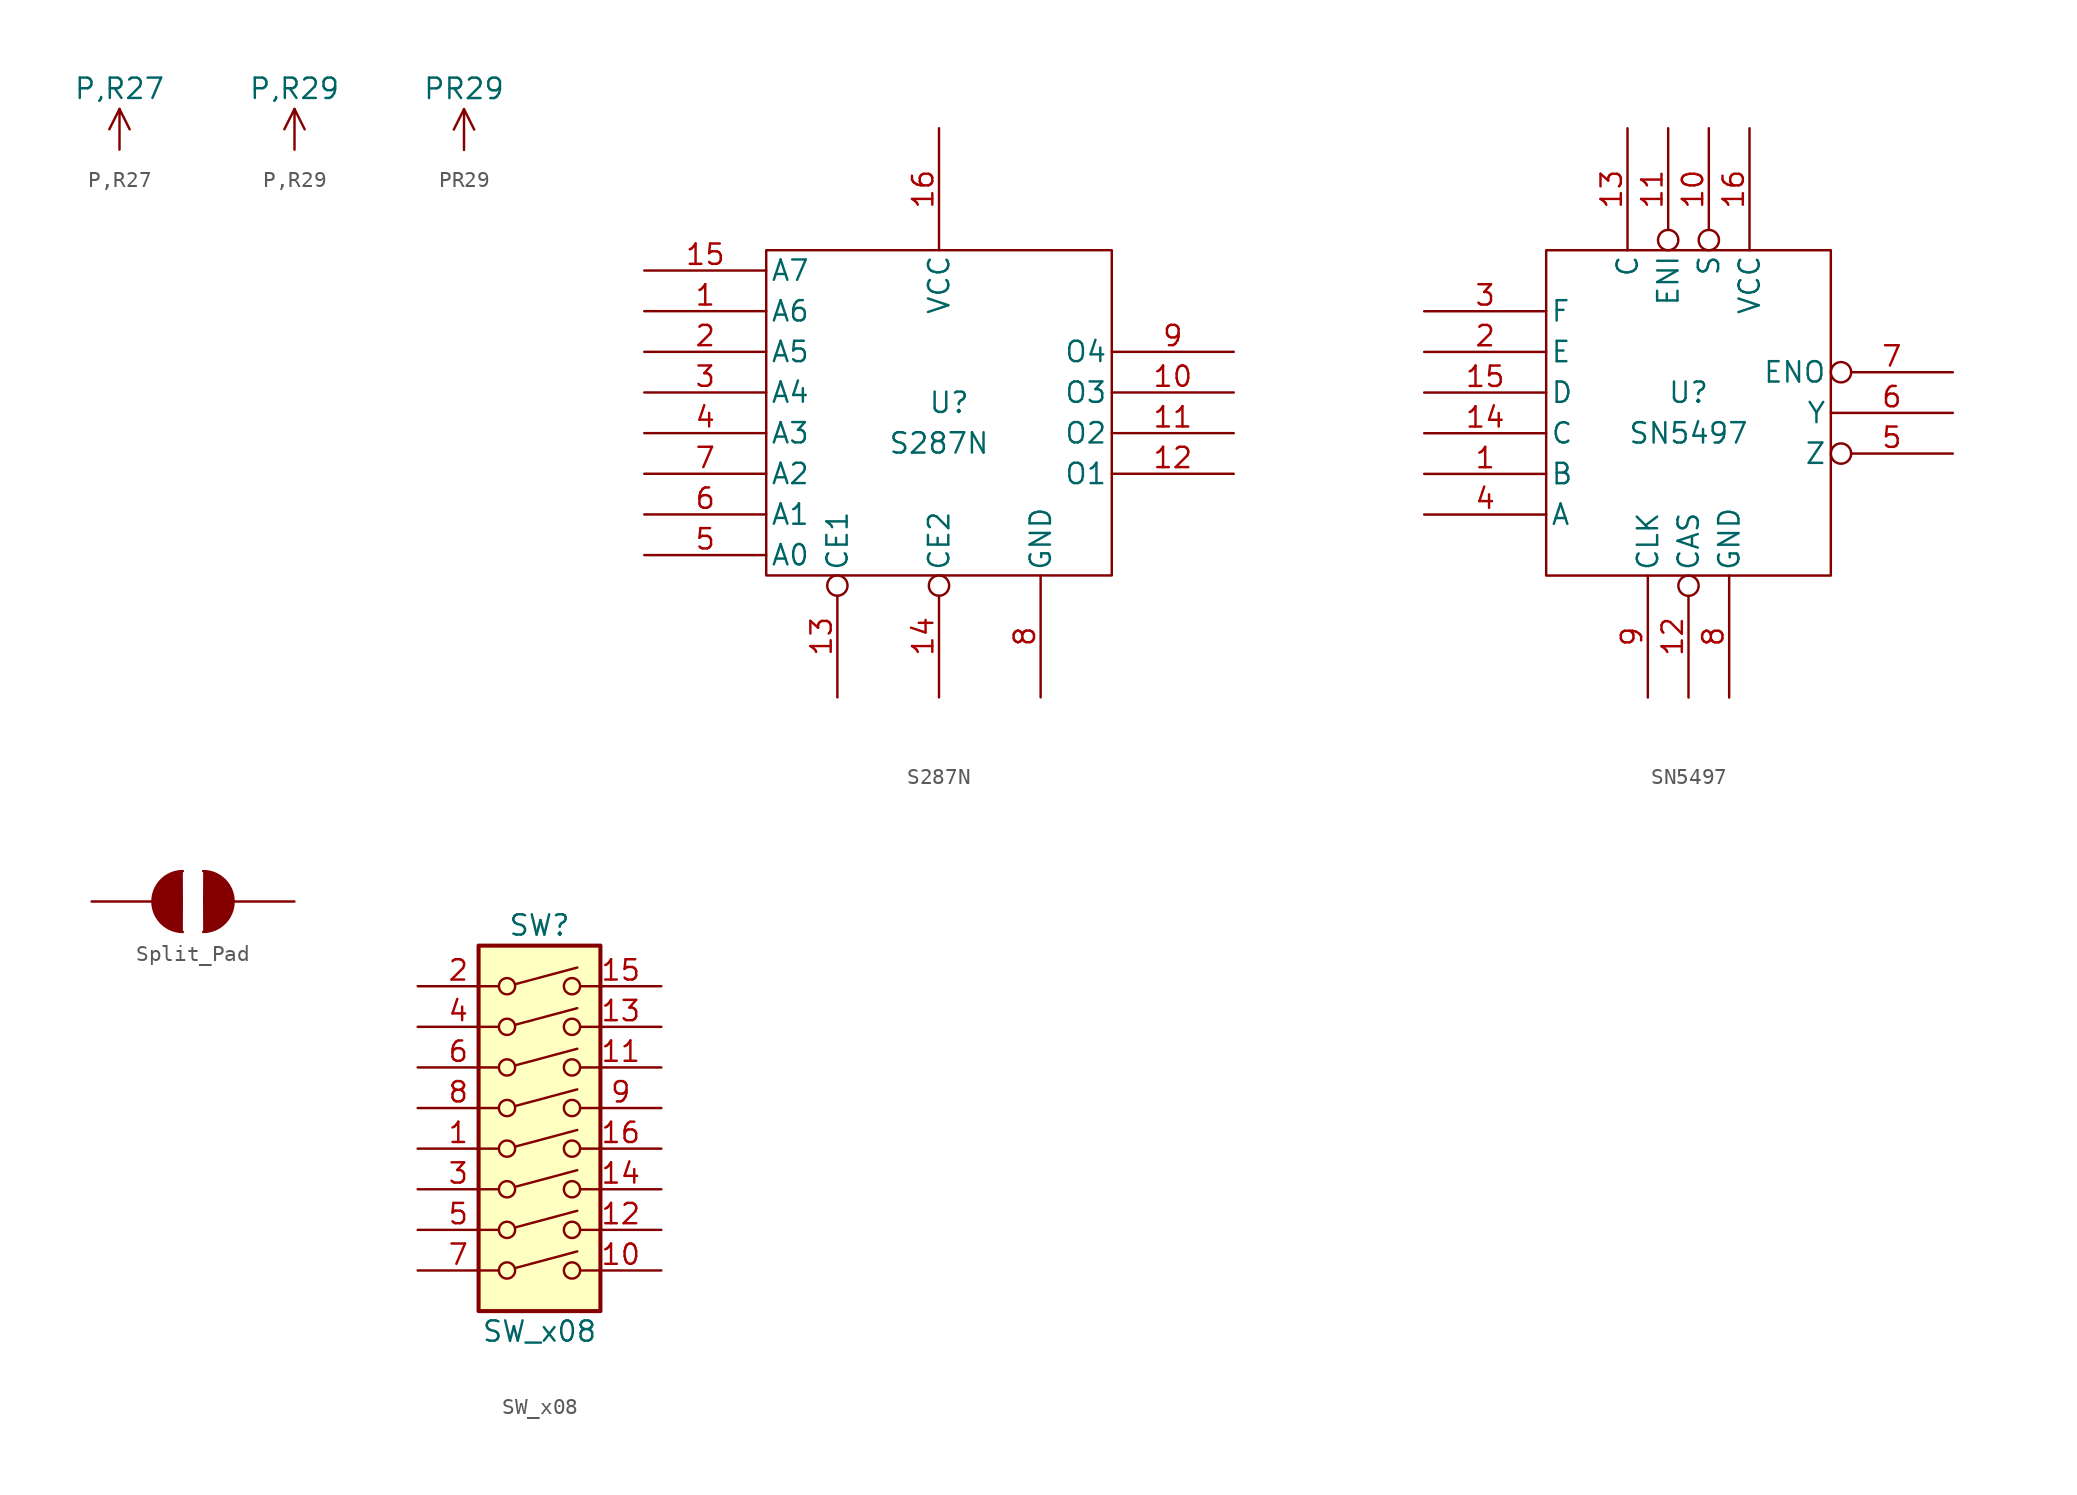
<source format=kicad_sym>
(kicad_symbol_lib
  (version 20211014)
  (generator kicad_symbol_editor)
  (symbol "P,R27"
    (power)
    (pin_names
      (offset 0))
    (property "Reference" "#PWR"
      (at 0 -1.27 0)
      (effects (font (size 1.27 1.27)) hide))
    (property "Value" "P,R27"
      (at 0 3.81 0)
      (effects (font (size 1.27 1.27))))
    (symbol "P,R27_0_1"
      (polyline (pts (xy 0 2.54) (xy -0.635 1.27)) (stroke (width 0) (type default) (color 0 0 0 0)) (fill (type none)))
      (polyline (pts (xy 0 0) (xy 0 2.54) (xy 0.635 1.27)) (stroke (width 0) (type default) (color 0 0 0 0)) (fill (type none))))
    (symbol "P,R27_1_1"
      (pin power_out line (at 0 0 90) (length 0) hide (name "P,R27" (effects (font (size 1.27 1.27)))) (number "1" (effects (font (size 1.27 1.27)))))))
  (symbol "P,R29"
    (power)
    (pin_names
      (offset 0))
    (property "Reference" "#PWR"
      (at 0 -1.27 0)
      (effects (font (size 1.27 1.27)) hide))
    (property "Value" "P,R29"
      (at 0 3.81 0)
      (effects (font (size 1.27 1.27))))
    (symbol "P,R29_0_1"
      (polyline (pts (xy 0 2.54) (xy -0.635 1.27)) (stroke (width 0) (type default) (color 0 0 0 0)) (fill (type none)))
      (polyline (pts (xy 0 0) (xy 0 2.54) (xy 0.635 1.27)) (stroke (width 0) (type default) (color 0 0 0 0)) (fill (type none))))
    (symbol "P,R29_1_1"
      (pin power_out line (at 0 0 90) (length 0) hide (name "P,R29" (effects (font (size 1.27 1.27)))) (number "1" (effects (font (size 1.27 1.27)))))))
  (symbol "PR29"
    (power)
    (pin_names
      (offset 0))
    (property "Reference" "#PWR"
      (at 0 -1.27 0)
      (effects (font (size 1.27 1.27)) hide))
    (property "Value" "PR29"
      (at 0 3.81 0)
      (effects (font (size 1.27 1.27))))
    (symbol "PR29_0_1"
      (polyline (pts (xy 0 2.54) (xy -0.635 1.27)) (stroke (width 0) (type default) (color 0 0 0 0)) (fill (type none)))
      (polyline (pts (xy 0 0) (xy 0 2.54) (xy 0.635 1.27)) (stroke (width 0) (type default) (color 0 0 0 0)) (fill (type none))))
    (symbol "PR29_1_1"
      (pin power_out line (at 0 0 90) (length 0) hide (name "P,R29" (effects (font (size 1.27 1.27)))) (number "1" (effects (font (size 1.27 1.27)))))))
  (symbol "S287N"
    (pin_names
      (offset 0.254))
    (property "Reference" "U"
      (at 0.635 1.27 0)
      (effects (font (size 1.27 1.27))))
    (property "Value" "S287N"
      (at 0 -1.27 0)
      (effects (font (size 1.27 1.27))))
    (symbol "S287N_0_0"
      (pin power_in line (at 6.35 -17.145 90) (length 7.62) (name "GND" (effects (font (size 1.27 1.27)))) (number "8" (effects (font (size 1.27 1.27))))))
    (symbol "S287N_0_1"
      (rectangle (start -10.795 10.795) (end 10.795 -9.525) (stroke (width 0) (type default) (color 0 0 0 0)) (fill (type none))))
    (symbol "S287N_1_0"
      (pin power_in line (at 0 18.415 270) (length 7.62) (name "VCC" (effects (font (size 1.27 1.27)))) (number "16" (effects (font (size 1.27 1.27))))))
    (symbol "S287N_1_1"
      (pin input line (at -18.415 6.985 0) (length 7.62) (name "A6" (effects (font (size 1.27 1.27)))) (number "1" (effects (font (size 1.27 1.27)))))
      (pin output line (at 18.415 1.905 180) (length 7.62) (name "O3" (effects (font (size 1.27 1.27)))) (number "10" (effects (font (size 1.27 1.27)))))
      (pin output line (at 18.415 -0.635 180) (length 7.62) (name "O2" (effects (font (size 1.27 1.27)))) (number "11" (effects (font (size 1.27 1.27)))))
      (pin output line (at 18.415 -3.175 180) (length 7.62) (name "O1" (effects (font (size 1.27 1.27)))) (number "12" (effects (font (size 1.27 1.27)))))
      (pin input inverted (at -6.35 -17.145 90) (length 7.62) (name "CE1" (effects (font (size 1.27 1.27)))) (number "13" (effects (font (size 1.27 1.27)))))
      (pin input inverted (at 0 -17.145 90) (length 7.62) (name "CE2" (effects (font (size 1.27 1.27)))) (number "14" (effects (font (size 1.27 1.27)))))
      (pin input line (at -18.415 9.525 0) (length 7.62) (name "A7" (effects (font (size 1.27 1.27)))) (number "15" (effects (font (size 1.27 1.27)))))
      (pin input line (at -18.415 4.445 0) (length 7.62) (name "A5" (effects (font (size 1.27 1.27)))) (number "2" (effects (font (size 1.27 1.27)))))
      (pin input line (at -18.415 1.905 0) (length 7.62) (name "A4" (effects (font (size 1.27 1.27)))) (number "3" (effects (font (size 1.27 1.27)))))
      (pin input line (at -18.415 -0.635 0) (length 7.62) (name "A3" (effects (font (size 1.27 1.27)))) (number "4" (effects (font (size 1.27 1.27)))))
      (pin input line (at -18.415 -8.255 0) (length 7.62) (name "A0" (effects (font (size 1.27 1.27)))) (number "5" (effects (font (size 1.27 1.27)))))
      (pin input line (at -18.415 -5.715 0) (length 7.62) (name "A1" (effects (font (size 1.27 1.27)))) (number "6" (effects (font (size 1.27 1.27)))))
      (pin input line (at -18.415 -3.175 0) (length 7.62) (name "A2" (effects (font (size 1.27 1.27)))) (number "7" (effects (font (size 1.27 1.27)))))
      (pin output line (at 18.415 4.445 180) (length 7.62) (name "O4" (effects (font (size 1.27 1.27)))) (number "9" (effects (font (size 1.27 1.27)))))))
  (symbol "SN5497"
    (pin_names
      (offset 0.254))
    (property "Reference" "U"
      (at 0 1.27 0)
      (effects (font (size 1.27 1.27))))
    (property "Value" "SN5497"
      (at 0 -1.27 0)
      (effects (font (size 1.27 1.27))))
    (symbol "SN5497_0_0"
      (pin power_in line (at 2.54 -17.78 90) (length 7.62) (name "GND" (effects (font (size 1.27 1.27)))) (number "8" (effects (font (size 1.27 1.27))))))
    (symbol "SN5497_0_1"
      (rectangle (start -8.89 10.16) (end 8.89 -10.16) (stroke (width 0) (type default) (color 0 0 0 0)) (fill (type none))))
    (symbol "SN5497_1_0"
      (pin power_in line (at 3.81 17.78 270) (length 7.62) (name "VCC" (effects (font (size 1.27 1.27)))) (number "16" (effects (font (size 1.27 1.27))))))
    (symbol "SN5497_1_1"
      (pin input line (at -16.51 -3.81 0) (length 7.62) (name "B" (effects (font (size 1.27 1.27)))) (number "1" (effects (font (size 1.27 1.27)))))
      (pin input inverted (at 1.27 17.78 270) (length 7.62) (name "S" (effects (font (size 1.27 1.27)))) (number "10" (effects (font (size 1.27 1.27)))))
      (pin input inverted (at -1.27 17.78 270) (length 7.62) (name "ENI" (effects (font (size 1.27 1.27)))) (number "11" (effects (font (size 1.27 1.27)))))
      (pin input inverted (at 0 -17.78 90) (length 7.62) (name "CAS" (effects (font (size 1.27 1.27)))) (number "12" (effects (font (size 1.27 1.27)))))
      (pin input line (at -3.81 17.78 270) (length 7.62) (name "C" (effects (font (size 1.27 1.27)))) (number "13" (effects (font (size 1.27 1.27)))))
      (pin input line (at -16.51 -1.27 0) (length 7.62) (name "C" (effects (font (size 1.27 1.27)))) (number "14" (effects (font (size 1.27 1.27)))))
      (pin input line (at -16.51 1.27 0) (length 7.62) (name "D" (effects (font (size 1.27 1.27)))) (number "15" (effects (font (size 1.27 1.27)))))
      (pin input line (at -16.51 3.81 0) (length 7.62) (name "E" (effects (font (size 1.27 1.27)))) (number "2" (effects (font (size 1.27 1.27)))))
      (pin input line (at -16.51 6.35 0) (length 7.62) (name "F" (effects (font (size 1.27 1.27)))) (number "3" (effects (font (size 1.27 1.27)))))
      (pin input line (at -16.51 -6.35 0) (length 7.62) (name "A" (effects (font (size 1.27 1.27)))) (number "4" (effects (font (size 1.27 1.27)))))
      (pin output inverted (at 16.51 -2.54 180) (length 7.62) (name "Z" (effects (font (size 1.27 1.27)))) (number "5" (effects (font (size 1.27 1.27)))))
      (pin output line (at 16.51 0 180) (length 7.62) (name "Y" (effects (font (size 1.27 1.27)))) (number "6" (effects (font (size 1.27 1.27)))))
      (pin output inverted (at 16.51 2.54 180) (length 7.62) (name "ENO" (effects (font (size 1.27 1.27)))) (number "7" (effects (font (size 1.27 1.27)))))
      (pin input line (at -2.54 -17.78 90) (length 7.62) (name "CLK" (effects (font (size 1.27 1.27)))) (number "9" (effects (font (size 1.27 1.27)))))))
  (symbol "Split_Pad"
    (pin_numbers hide)
    (pin_names
      (offset 0) hide)
    (property "Reference" "PD"
      (at 0.635 3.81 0)
      (effects (font (size 1.524 1.524)) hide))
    (symbol "Split_Pad_0_1"
      (arc (start 0.635 -1.905) (mid 2.54 0) (end 0.635 1.905) (stroke (width 0) (type default) (color 0 0 0 0)) (fill (type outline))))
    (symbol "Split_Pad_1_1"
      (arc (start -0.635 1.905) (mid -2.54 0) (end -0.635 -1.905) (stroke (width 0) (type default) (color 0 0 0 0)) (fill (type outline)))
      (pin passive line (at -6.35 0 0) (length 5.08) (name "~" (effects (font (size 1.27 1.27)))) (number "1" (effects (font (size 1.27 1.27)))))
      (pin passive line (at 6.35 0 180) (length 5.08) (name "~" (effects (font (size 1.27 1.27)))) (number "2" (effects (font (size 1.27 1.27)))))))
  (symbol "SW_x08"
    (pin_names
      (offset 0) hide)
    (property "Reference" "SW"
      (at 0 13.97 0)
      (effects (font (size 1.27 1.27))))
    (property "Value" "SW_x08"
      (at 0 -11.43 0)
      (effects (font (size 1.27 1.27))))
    (symbol "SW_x08_0_0"
      (circle (center -2.032 -7.62) (radius 0.508) (stroke (width 0) (type default) (color 0 0 0 0)) (fill (type none)))
      (circle (center -2.032 -5.08) (radius 0.508) (stroke (width 0) (type default) (color 0 0 0 0)) (fill (type none)))
      (circle (center -2.032 -2.54) (radius 0.508) (stroke (width 0) (type default) (color 0 0 0 0)) (fill (type none)))
      (circle (center -2.032 0) (radius 0.508) (stroke (width 0) (type default) (color 0 0 0 0)) (fill (type none)))
      (circle (center -2.032 2.54) (radius 0.508) (stroke (width 0) (type default) (color 0 0 0 0)) (fill (type none)))
      (circle (center -2.032 5.08) (radius 0.508) (stroke (width 0) (type default) (color 0 0 0 0)) (fill (type none)))
      (circle (center -2.032 7.62) (radius 0.508) (stroke (width 0) (type default) (color 0 0 0 0)) (fill (type none)))
      (circle (center -2.032 10.16) (radius 0.508) (stroke (width 0) (type default) (color 0 0 0 0)) (fill (type none)))
      (polyline (pts (xy -1.524 -7.468) (xy 2.362 -6.426)) (stroke (width 0) (type default) (color 0 0 0 0)) (fill (type none)))
      (polyline (pts (xy -1.524 -4.928) (xy 2.362 -3.886)) (stroke (width 0) (type default) (color 0 0 0 0)) (fill (type none)))
      (polyline (pts (xy -1.524 -2.388) (xy 2.362 -1.346)) (stroke (width 0) (type default) (color 0 0 0 0)) (fill (type none)))
      (polyline (pts (xy -1.524 0.127) (xy 2.362 1.168)) (stroke (width 0) (type default) (color 0 0 0 0)) (fill (type none)))
      (polyline (pts (xy -1.524 2.667) (xy 2.362 3.708)) (stroke (width 0) (type default) (color 0 0 0 0)) (fill (type none)))
      (polyline (pts (xy -1.524 5.207) (xy 2.362 6.248)) (stroke (width 0) (type default) (color 0 0 0 0)) (fill (type none)))
      (polyline (pts (xy -1.524 7.747) (xy 2.362 8.788)) (stroke (width 0) (type default) (color 0 0 0 0)) (fill (type none)))
      (polyline (pts (xy -1.524 10.287) (xy 2.362 11.328)) (stroke (width 0) (type default) (color 0 0 0 0)) (fill (type none)))
      (circle (center 2.032 -7.62) (radius 0.508) (stroke (width 0) (type default) (color 0 0 0 0)) (fill (type none)))
      (circle (center 2.032 -5.08) (radius 0.508) (stroke (width 0) (type default) (color 0 0 0 0)) (fill (type none)))
      (circle (center 2.032 -2.54) (radius 0.508) (stroke (width 0) (type default) (color 0 0 0 0)) (fill (type none)))
      (circle (center 2.032 0) (radius 0.508) (stroke (width 0) (type default) (color 0 0 0 0)) (fill (type none)))
      (circle (center 2.032 2.54) (radius 0.508) (stroke (width 0) (type default) (color 0 0 0 0)) (fill (type none)))
      (circle (center 2.032 5.08) (radius 0.508) (stroke (width 0) (type default) (color 0 0 0 0)) (fill (type none)))
      (circle (center 2.032 7.62) (radius 0.508) (stroke (width 0) (type default) (color 0 0 0 0)) (fill (type none)))
      (circle (center 2.032 10.16) (radius 0.508) (stroke (width 0) (type default) (color 0 0 0 0)) (fill (type none))))
    (symbol "SW_x08_0_1"
      (rectangle (start -3.81 12.7) (end 3.81 -10.16) (stroke (width 0.254) (type default) (color 0 0 0 0)) (fill (type background))))
    (symbol "SW_x08_1_1"
      (pin passive line (at -7.62 0 0) (length 5.08) (name "~" (effects (font (size 1.27 1.27)))) (number "1" (effects (font (size 1.27 1.27)))))
      (pin passive line (at 7.62 -7.62 180) (length 5.08) (name "~" (effects (font (size 1.27 1.27)))) (number "10" (effects (font (size 1.27 1.27)))))
      (pin passive line (at 7.62 5.08 180) (length 5.08) (name "~" (effects (font (size 1.27 1.27)))) (number "11" (effects (font (size 1.27 1.27)))))
      (pin passive line (at 7.62 -5.08 180) (length 5.08) (name "~" (effects (font (size 1.27 1.27)))) (number "12" (effects (font (size 1.27 1.27)))))
      (pin passive line (at 7.62 7.62 180) (length 5.08) (name "~" (effects (font (size 1.27 1.27)))) (number "13" (effects (font (size 1.27 1.27)))))
      (pin passive line (at 7.62 -2.54 180) (length 5.08) (name "~" (effects (font (size 1.27 1.27)))) (number "14" (effects (font (size 1.27 1.27)))))
      (pin passive line (at 7.62 10.16 180) (length 5.08) (name "~" (effects (font (size 1.27 1.27)))) (number "15" (effects (font (size 1.27 1.27)))))
      (pin passive line (at 7.62 0 180) (length 5.08) (name "~" (effects (font (size 1.27 1.27)))) (number "16" (effects (font (size 1.27 1.27)))))
      (pin passive line (at -7.62 10.16 0) (length 5.08) (name "~" (effects (font (size 1.27 1.27)))) (number "2" (effects (font (size 1.27 1.27)))))
      (pin passive line (at -7.62 -2.54 0) (length 5.08) (name "~" (effects (font (size 1.27 1.27)))) (number "3" (effects (font (size 1.27 1.27)))))
      (pin passive line (at -7.62 7.62 0) (length 5.08) (name "~" (effects (font (size 1.27 1.27)))) (number "4" (effects (font (size 1.27 1.27)))))
      (pin passive line (at -7.62 -5.08 0) (length 5.08) (name "~" (effects (font (size 1.27 1.27)))) (number "5" (effects (font (size 1.27 1.27)))))
      (pin passive line (at -7.62 5.08 0) (length 5.08) (name "~" (effects (font (size 1.27 1.27)))) (number "6" (effects (font (size 1.27 1.27)))))
      (pin passive line (at -7.62 -7.62 0) (length 5.08) (name "~" (effects (font (size 1.27 1.27)))) (number "7" (effects (font (size 1.27 1.27)))))
      (pin passive line (at -7.62 2.54 0) (length 5.08) (name "~" (effects (font (size 1.27 1.27)))) (number "8" (effects (font (size 1.27 1.27)))))
      (pin passive line (at 7.62 2.54 180) (length 5.08) (name "~" (effects (font (size 1.27 1.27)))) (number "9" (effects (font (size 1.27 1.27))))))))
</source>
